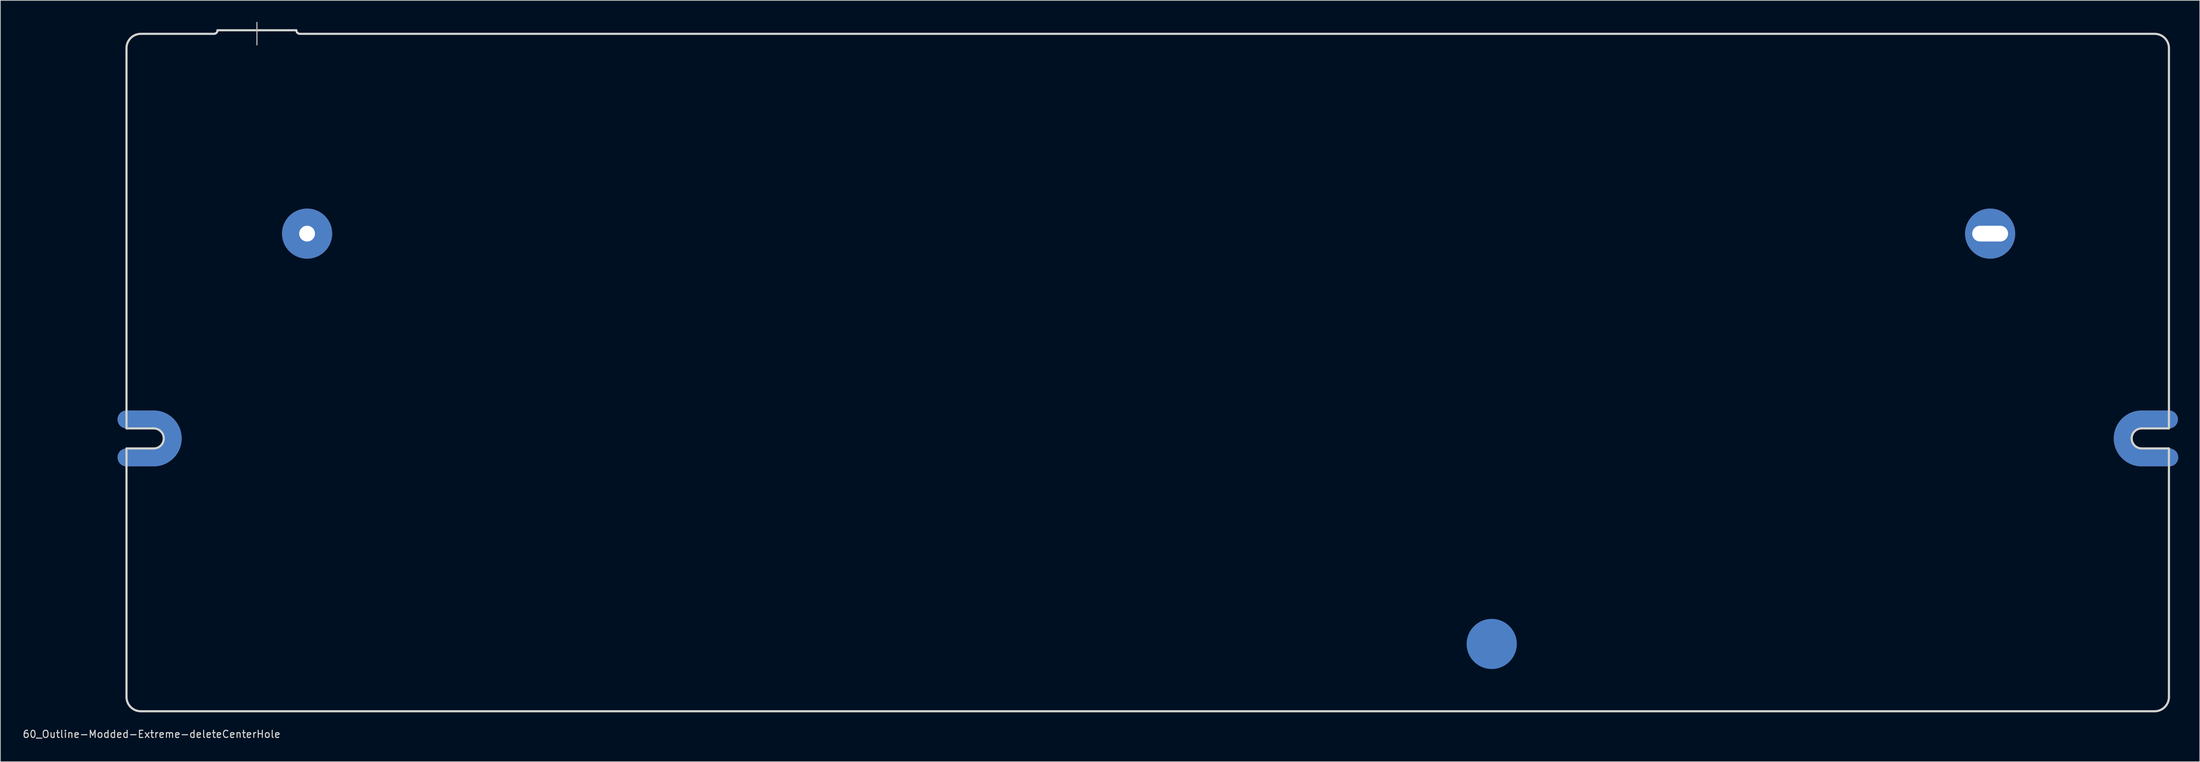
<source format=kicad_pcb>
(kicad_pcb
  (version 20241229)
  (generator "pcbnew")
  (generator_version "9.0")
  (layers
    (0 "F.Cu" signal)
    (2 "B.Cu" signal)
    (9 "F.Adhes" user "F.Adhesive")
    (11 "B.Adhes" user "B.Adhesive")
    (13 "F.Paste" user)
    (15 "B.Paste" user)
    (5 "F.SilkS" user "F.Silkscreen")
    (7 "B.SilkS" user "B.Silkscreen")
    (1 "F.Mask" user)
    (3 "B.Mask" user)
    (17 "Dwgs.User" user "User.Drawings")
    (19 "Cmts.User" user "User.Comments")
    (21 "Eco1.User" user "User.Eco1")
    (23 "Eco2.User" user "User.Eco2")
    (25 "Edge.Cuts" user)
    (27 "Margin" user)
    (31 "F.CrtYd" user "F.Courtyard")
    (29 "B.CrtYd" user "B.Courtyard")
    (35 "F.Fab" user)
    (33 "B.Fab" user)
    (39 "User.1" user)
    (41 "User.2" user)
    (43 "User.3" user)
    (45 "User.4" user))
  (footprint "60_Outline-Modded-Extreme-deleteCenterHole"
    (layer "F.Cu")
    (at 157.101 48.975)
    (property "Reference" "60_Outline-Modded-Extreme-deleteCenterHole" (at -139 50.5 0) (layer "Edge.Cuts") (effects (font (size 1 1) (thickness 0.15))))
    (attr through_hole)
    (fp_line (start -142.5 6.549) (end -138.7 6.549) (stroke (width 2.502) (type solid)) (layer "F.Cu"))
    (fp_line (start -142.5 11.851) (end -138.7 11.851) (stroke (width 2.502) (type solid)) (layer "F.Cu"))
    (fp_line (start 138.7 6.549) (end 142.5 6.549) (stroke (width 2.502) (type solid)) (layer "F.Cu"))
    (fp_line (start 138.7 11.851) (end 142.55 11.851) (stroke (width 2.502) (type solid)) (layer "F.Cu"))
    (fp_arc (start -138.7 6.54905) (mid -136.825495 7.325495) (end -136.04905 9.2) (stroke (width 2.5019) (type solid)) (layer "F.Cu"))
    (fp_arc (start -136.04905 9.2) (mid -136.825495 11.074505) (end -138.7 11.85095) (stroke (width 2.5019) (type solid)) (layer "F.Cu"))
    (fp_arc (start 136.04905 9.2) (mid 136.825495 7.325495) (end 138.7 6.54905) (stroke (width 2.5019) (type solid)) (layer "F.Cu"))
    (fp_arc (start 138.7 11.85095) (mid 136.825495 11.074505) (end 136.04905 9.2) (stroke (width 2.5019) (type solid)) (layer "F.Cu"))
    (fp_line (start -142.5 6.549) (end -138.7 6.549) (stroke (width 2.502) (type solid)) (layer "F.Mask"))
    (fp_line (start -142.5 11.851) (end -138.7 11.851) (stroke (width 2.502) (type solid)) (layer "F.Mask"))
    (fp_line (start 138.7 6.549) (end 142.5 6.549) (stroke (width 2.502) (type solid)) (layer "F.Mask"))
    (fp_line (start 138.7 11.851) (end 142.55 11.851) (stroke (width 2.502) (type solid)) (layer "F.Mask"))
    (fp_arc (start -138.7 6.54905) (mid -136.825495 7.325495) (end -136.04905 9.2) (stroke (width 2.5019) (type solid)) (layer "F.Mask"))
    (fp_arc (start -136.04905 9.2) (mid -136.825495 11.074505) (end -138.7 11.85095) (stroke (width 2.5019) (type solid)) (layer "F.Mask"))
    (fp_arc (start 136.04905 9.2) (mid 136.825495 7.325495) (end 138.7 6.54905) (stroke (width 2.5019) (type solid)) (layer "F.Mask"))
    (fp_arc (start 138.7 11.85095) (mid 136.825495 11.074505) (end 136.04905 9.2) (stroke (width 2.5019) (type solid)) (layer "F.Mask"))
    (fp_line (start -142.5 6.549) (end -138.7 6.549) (stroke (width 2.502) (type solid)) (layer "B.Cu"))
    (fp_line (start -142.5 11.851) (end -138.7 11.851) (stroke (width 2.502) (type solid)) (layer "B.Cu"))
    (fp_line (start 138.7 6.549) (end 142.5 6.549) (stroke (width 2.502) (type solid)) (layer "B.Cu"))
    (fp_line (start 138.7 11.851) (end 142.55 11.851) (stroke (width 2.502) (type solid)) (layer "B.Cu"))
    (fp_arc (start -138.7 6.54905) (mid -136.825495 7.325495) (end -136.04905 9.2) (stroke (width 2.5019) (type solid)) (layer "B.Cu"))
    (fp_arc (start -136.04905 9.2) (mid -136.825495 11.074505) (end -138.7 11.85095) (stroke (width 2.5019) (type solid)) (layer "B.Cu"))
    (fp_arc (start 136.04905 9.2) (mid 136.825495 7.325495) (end 138.7 6.54905) (stroke (width 2.5019) (type solid)) (layer "B.Cu"))
    (fp_arc (start 138.7 11.85095) (mid 136.825495 11.074505) (end 136.04905 9.2) (stroke (width 2.5019) (type solid)) (layer "B.Cu"))
    (fp_line (start -142.5 6.549) (end -138.7 6.549) (stroke (width 2.502) (type solid)) (layer "B.Mask"))
    (fp_line (start -142.5 11.851) (end -138.7 11.851) (stroke (width 2.502) (type solid)) (layer "B.Mask"))
    (fp_line (start 138.7 6.549) (end 142.5 6.549) (stroke (width 2.502) (type solid)) (layer "B.Mask"))
    (fp_line (start 138.7 11.851) (end 142.55 11.851) (stroke (width 2.502) (type solid)) (layer "B.Mask"))
    (fp_arc (start -138.7 6.54905) (mid -136.825495 7.325495) (end -136.04905 9.2) (stroke (width 2.5019) (type solid)) (layer "B.Mask"))
    (fp_arc (start -136.04905 9.2) (mid -136.825495 11.074505) (end -138.7 11.85095) (stroke (width 2.5019) (type solid)) (layer "B.Mask"))
    (fp_arc (start 136.04905 9.2) (mid 136.825495 7.325495) (end 138.7 6.54905) (stroke (width 2.5019) (type solid)) (layer "B.Mask"))
    (fp_arc (start 138.7 11.85095) (mid 136.825495 11.074505) (end 136.04905 9.2) (stroke (width 2.5019) (type solid)) (layer "B.Mask"))
    (fp_line (start -124.3 -48.9) (end -124.3 -45.75) (stroke (width 0.15) (type solid)) (layer "Dwgs.User"))
    (fp_line (start -142.5 7.8) (end -142.5 -45.3) (stroke (width 0.3) (type solid)) (layer "Edge.Cuts"))
    (fp_line (start -142.5 10.6) (end -138.7 10.6) (stroke (width 0.3) (type solid)) (layer "Edge.Cuts"))
    (fp_line (start -142.5 45.3) (end -142.5 10.6) (stroke (width 0.3) (type solid)) (layer "Edge.Cuts"))
    (fp_line (start -140.5 -47.3) (end -130.3 -47.3) (stroke (width 0.3) (type solid)) (layer "Edge.Cuts"))
    (fp_line (start -140.5 47.3) (end 140.5 47.3) (stroke (width 0.3) (type solid)) (layer "Edge.Cuts"))
    (fp_line (start -138.7 7.8) (end -142.5 7.8) (stroke (width 0.3) (type solid)) (layer "Edge.Cuts"))
    (fp_line (start -129.8 -47.8) (end -118.8 -47.8) (stroke (width 0.3) (type solid)) (layer "Edge.Cuts"))
    (fp_line (start 138.7 7.8) (end 142.5 7.8) (stroke (width 0.3) (type solid)) (layer "Edge.Cuts"))
    (fp_line (start 138.7 10.6) (end 142.5 10.6) (stroke (width 0.3) (type solid)) (layer "Edge.Cuts"))
    (fp_line (start 140.5 -47.3) (end -118.3 -47.3) (stroke (width 0.3) (type solid)) (layer "Edge.Cuts"))
    (fp_line (start 142.5 7.8) (end 142.5 -45.3) (stroke (width 0.3) (type solid)) (layer "Edge.Cuts"))
    (fp_line (start 142.5 10.6) (end 142.5 45.3) (stroke (width 0.3) (type solid)) (layer "Edge.Cuts"))
    (fp_arc (start -142.5 -45.3) (mid -141.914214 -46.714214) (end -140.5 -47.3) (stroke (width 0.3) (type solid)) (layer "Edge.Cuts"))
    (fp_arc (start -140.5 47.3) (mid -141.914214 46.714214) (end -142.5 45.3) (stroke (width 0.3) (type solid)) (layer "Edge.Cuts"))
    (fp_arc (start -138.7 7.8) (mid -137.710051 8.210051) (end -137.3 9.2) (stroke (width 0.3) (type solid)) (layer "Edge.Cuts"))
    (fp_arc (start -137.3 9.2) (mid -137.710051 10.189949) (end -138.7 10.6) (stroke (width 0.3) (type solid)) (layer "Edge.Cuts"))
    (fp_arc (start -129.8 -47.8) (mid -129.946447 -47.446447) (end -130.3 -47.3) (stroke (width 0.3) (type solid)) (layer "Edge.Cuts"))
    (fp_arc (start -118.3 -47.3) (mid -118.653553 -47.446447) (end -118.8 -47.8) (stroke (width 0.3) (type solid)) (layer "Edge.Cuts"))
    (fp_arc (start 137.3 9.2) (mid 137.710051 8.210051) (end 138.7 7.8) (stroke (width 0.3) (type solid)) (layer "Edge.Cuts"))
    (fp_arc (start 138.7 10.6) (mid 137.710051 10.189949) (end 137.3 9.2) (stroke (width 0.3) (type solid)) (layer "Edge.Cuts"))
    (fp_arc (start 140.5 -47.3) (mid 141.914214 -46.714214) (end 142.5 -45.3) (stroke (width 0.3) (type solid)) (layer "Edge.Cuts"))
    (fp_arc (start 142.5 45.3) (mid 141.914214 46.714214) (end 140.5 47.3) (stroke (width 0.3) (type solid)) (layer "Edge.Cuts"))
    (pad "1" thru_hole circle (at -117.3 -19.4) (size 7 7) (drill 2.2) (layers "*.Cu" "*.Mask"))
    (pad "1" smd circle (at 48 37.9) (size 7 7) (layers "B.Cu" "B.Mask"))
    (pad "1" thru_hole circle (at 117.55 -19.4) (size 7 7) (drill oval 5 2.2) (layers "*.Cu" "*.Mask")))
  (gr_rect
    (start -3 -3)
    (end 303.902 103.323)
    (stroke (width 0.1) (type default))
    (fill no)
    (layer "Edge.Cuts")))
</source>
